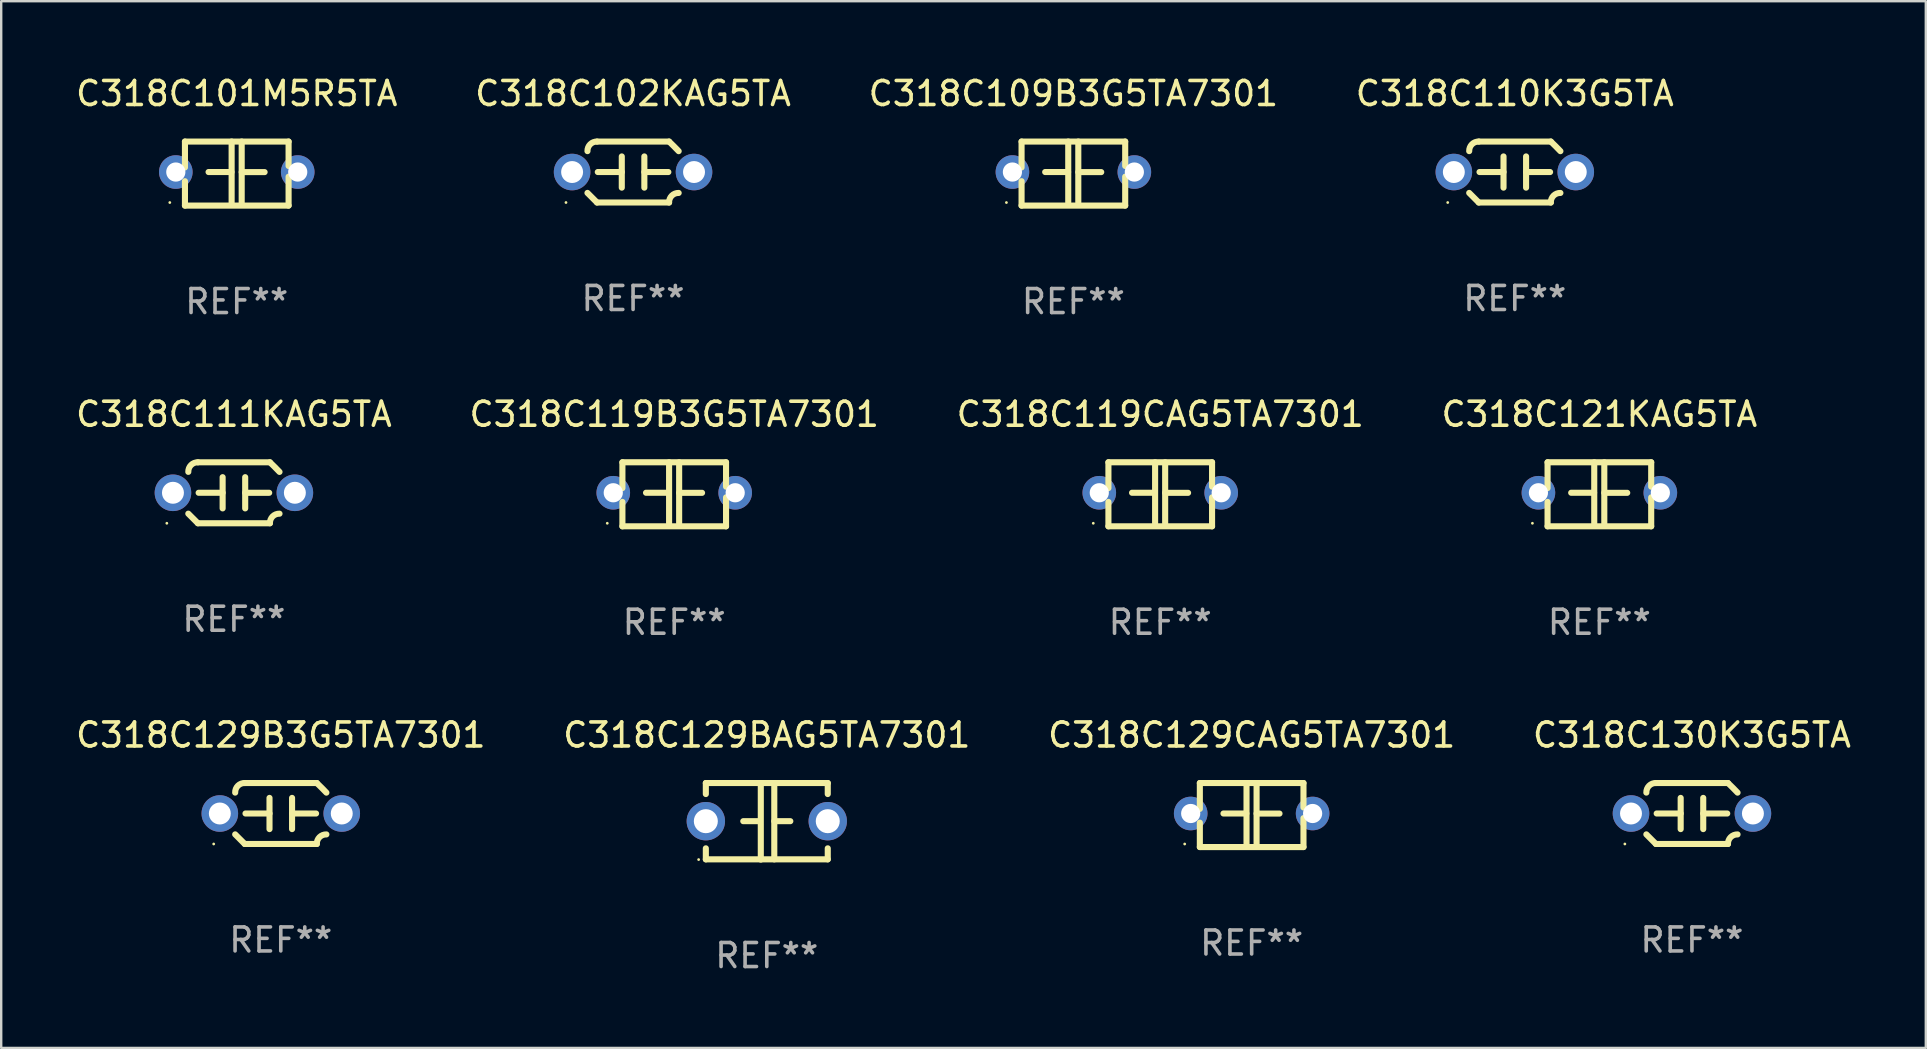
<source format=kicad_pcb>
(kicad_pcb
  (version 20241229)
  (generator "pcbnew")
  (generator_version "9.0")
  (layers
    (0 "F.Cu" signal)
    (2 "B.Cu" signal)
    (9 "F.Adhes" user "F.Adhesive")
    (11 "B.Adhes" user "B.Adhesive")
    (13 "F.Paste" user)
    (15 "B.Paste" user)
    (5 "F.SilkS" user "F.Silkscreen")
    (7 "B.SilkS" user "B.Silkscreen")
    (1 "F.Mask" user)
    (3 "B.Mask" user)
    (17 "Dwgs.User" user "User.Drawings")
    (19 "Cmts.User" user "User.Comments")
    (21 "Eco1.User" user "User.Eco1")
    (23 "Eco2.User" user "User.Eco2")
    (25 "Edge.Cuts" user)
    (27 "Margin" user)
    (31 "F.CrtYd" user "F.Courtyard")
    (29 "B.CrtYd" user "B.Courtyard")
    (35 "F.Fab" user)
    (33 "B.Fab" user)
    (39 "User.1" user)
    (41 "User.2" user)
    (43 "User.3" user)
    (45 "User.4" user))
  (footprint "C318C119B3G5TA7301"
    (layer "F.Cu")
    (at 25.042 17.545)
    (property "Reference" "C318C119B3G5TA7301" (at 0 -3.334 0) (layer "F.SilkS") (effects (font (size 1 1) (thickness 0.15))))
    (attr through_hole)
    (fp_line (start -2.159 -1.334) (end 2.159 -1.334) (stroke (width 0.254) (type solid)) (layer "F.SilkS"))
    (fp_line (start -2.159 -0.256) (end -2.159 -1.334) (stroke (width 0.254) (type solid)) (layer "F.SilkS"))
    (fp_line (start -2.159 1.334) (end -2.159 0.318) (stroke (width 0.254) (type solid)) (layer "F.SilkS"))
    (fp_line (start -0.22 -0.064) (end -1.175 -0.064) (stroke (width 0.254) (type solid)) (layer "F.SilkS"))
    (fp_line (start -0.214 -1.334) (end -0.214 1.207) (stroke (width 0.254) (type solid)) (layer "F.SilkS"))
    (fp_line (start 0.205 -1.334) (end 0.205 1.207) (stroke (width 0.254) (type solid)) (layer "F.SilkS"))
    (fp_line (start 0.205 -0.061) (end 1.16 -0.061) (stroke (width 0.254) (type solid)) (layer "F.SilkS"))
    (fp_line (start 2.159 -1.334) (end 2.159 -0.318) (stroke (width 0.254) (type solid)) (layer "F.SilkS"))
    (fp_line (start 2.159 0.129) (end 2.159 1.334) (stroke (width 0.254) (type solid)) (layer "F.SilkS"))
    (fp_line (start 2.159 1.334) (end -2.159 1.334) (stroke (width 0.254) (type solid)) (layer "F.SilkS"))
    (fp_circle (center -2.79 1.207) (end -2.76 1.207) (stroke (width 0.06) (type solid)) (fill no) (layer "F.SilkS"))
    (fp_text user "REF**" (at 0 5.334 0) (layer "F.Fab") (effects (font (size 1 1) (thickness 0.15))))
    (pad "1" thru_hole circle (at -2.54 -0.064) (size 1.4 1.4) (drill 0.8) (layers "*.Cu" "*.Mask"))
    (pad "2" thru_hole circle (at 2.54 -0.064) (size 1.4 1.4) (drill 0.8) (layers "*.Cu" "*.Mask")))
  (footprint "C318C121KAG5TA"
    (layer "F.Cu")
    (at 63.589 17.545)
    (property "Reference" "C318C121KAG5TA" (at 0 -3.334 0) (layer "F.SilkS") (effects (font (size 1 1) (thickness 0.15))))
    (attr through_hole)
    (fp_line (start -2.159 -1.334) (end 2.159 -1.334) (stroke (width 0.254) (type solid)) (layer "F.SilkS"))
    (fp_line (start -2.159 -0.256) (end -2.159 -1.334) (stroke (width 0.254) (type solid)) (layer "F.SilkS"))
    (fp_line (start -2.159 1.334) (end -2.159 0.318) (stroke (width 0.254) (type solid)) (layer "F.SilkS"))
    (fp_line (start -0.22 -0.064) (end -1.175 -0.064) (stroke (width 0.254) (type solid)) (layer "F.SilkS"))
    (fp_line (start -0.214 -1.334) (end -0.214 1.207) (stroke (width 0.254) (type solid)) (layer "F.SilkS"))
    (fp_line (start 0.205 -1.334) (end 0.205 1.207) (stroke (width 0.254) (type solid)) (layer "F.SilkS"))
    (fp_line (start 0.205 -0.061) (end 1.16 -0.061) (stroke (width 0.254) (type solid)) (layer "F.SilkS"))
    (fp_line (start 2.159 -1.334) (end 2.159 -0.318) (stroke (width 0.254) (type solid)) (layer "F.SilkS"))
    (fp_line (start 2.159 0.129) (end 2.159 1.334) (stroke (width 0.254) (type solid)) (layer "F.SilkS"))
    (fp_line (start 2.159 1.334) (end -2.159 1.334) (stroke (width 0.254) (type solid)) (layer "F.SilkS"))
    (fp_circle (center -2.79 1.207) (end -2.76 1.207) (stroke (width 0.06) (type solid)) (fill no) (layer "F.SilkS"))
    (fp_text user "REF**" (at 0 5.334 0) (layer "F.Fab") (effects (font (size 1 1) (thickness 0.15))))
    (pad "1" thru_hole circle (at -2.54 -0.064) (size 1.4 1.4) (drill 0.8) (layers "*.Cu" "*.Mask"))
    (pad "2" thru_hole circle (at 2.54 -0.064) (size 1.4 1.4) (drill 0.8) (layers "*.Cu" "*.Mask")))
  (footprint "C318C101M5R5TA"
    (layer "F.Cu")
    (at 6.815 4.182)
    (property "Reference" "C318C101M5R5TA" (at 0 -3.334 0) (layer "F.SilkS") (effects (font (size 1 1) (thickness 0.15))))
    (attr through_hole)
    (fp_line (start -2.159 -1.334) (end 2.159 -1.334) (stroke (width 0.254) (type solid)) (layer "F.SilkS"))
    (fp_line (start -2.159 -0.256) (end -2.159 -1.334) (stroke (width 0.254) (type solid)) (layer "F.SilkS"))
    (fp_line (start -2.159 1.334) (end -2.159 0.318) (stroke (width 0.254) (type solid)) (layer "F.SilkS"))
    (fp_line (start -0.22 -0.064) (end -1.175 -0.064) (stroke (width 0.254) (type solid)) (layer "F.SilkS"))
    (fp_line (start -0.214 -1.334) (end -0.214 1.207) (stroke (width 0.254) (type solid)) (layer "F.SilkS"))
    (fp_line (start 0.205 -1.334) (end 0.205 1.207) (stroke (width 0.254) (type solid)) (layer "F.SilkS"))
    (fp_line (start 0.205 -0.061) (end 1.16 -0.061) (stroke (width 0.254) (type solid)) (layer "F.SilkS"))
    (fp_line (start 2.159 -1.334) (end 2.159 -0.318) (stroke (width 0.254) (type solid)) (layer "F.SilkS"))
    (fp_line (start 2.159 0.129) (end 2.159 1.334) (stroke (width 0.254) (type solid)) (layer "F.SilkS"))
    (fp_line (start 2.159 1.334) (end -2.159 1.334) (stroke (width 0.254) (type solid)) (layer "F.SilkS"))
    (fp_circle (center -2.79 1.207) (end -2.76 1.207) (stroke (width 0.06) (type solid)) (fill no) (layer "F.SilkS"))
    (fp_text user "REF**" (at 0 5.334 0) (layer "F.Fab") (effects (font (size 1 1) (thickness 0.15))))
    (pad "1" thru_hole circle (at -2.54 -0.064) (size 1.4 1.4) (drill 0.8) (layers "*.Cu" "*.Mask"))
    (pad "2" thru_hole circle (at 2.54 -0.064) (size 1.4 1.4) (drill 0.8) (layers "*.Cu" "*.Mask")))
  (footprint "C318C129CAG5TA7301"
    (layer "F.Cu")
    (at 49.101 30.909)
    (property "Reference" "C318C129CAG5TA7301" (at 0 -3.334 0) (layer "F.SilkS") (effects (font (size 1 1) (thickness 0.15))))
    (attr through_hole)
    (fp_line (start -2.159 -1.334) (end 2.159 -1.334) (stroke (width 0.254) (type solid)) (layer "F.SilkS"))
    (fp_line (start -2.159 -0.256) (end -2.159 -1.334) (stroke (width 0.254) (type solid)) (layer "F.SilkS"))
    (fp_line (start -2.159 1.334) (end -2.159 0.318) (stroke (width 0.254) (type solid)) (layer "F.SilkS"))
    (fp_line (start -0.22 -0.064) (end -1.175 -0.064) (stroke (width 0.254) (type solid)) (layer "F.SilkS"))
    (fp_line (start -0.214 -1.334) (end -0.214 1.207) (stroke (width 0.254) (type solid)) (layer "F.SilkS"))
    (fp_line (start 0.205 -1.334) (end 0.205 1.207) (stroke (width 0.254) (type solid)) (layer "F.SilkS"))
    (fp_line (start 0.205 -0.061) (end 1.16 -0.061) (stroke (width 0.254) (type solid)) (layer "F.SilkS"))
    (fp_line (start 2.159 -1.334) (end 2.159 -0.318) (stroke (width 0.254) (type solid)) (layer "F.SilkS"))
    (fp_line (start 2.159 0.129) (end 2.159 1.334) (stroke (width 0.254) (type solid)) (layer "F.SilkS"))
    (fp_line (start 2.159 1.334) (end -2.159 1.334) (stroke (width 0.254) (type solid)) (layer "F.SilkS"))
    (fp_circle (center -2.79 1.207) (end -2.76 1.207) (stroke (width 0.06) (type solid)) (fill no) (layer "F.SilkS"))
    (fp_text user "REF**" (at 0 5.334 0) (layer "F.Fab") (effects (font (size 1 1) (thickness 0.15))))
    (pad "1" thru_hole circle (at -2.54 -0.064) (size 1.4 1.4) (drill 0.8) (layers "*.Cu" "*.Mask"))
    (pad "2" thru_hole circle (at 2.54 -0.064) (size 1.4 1.4) (drill 0.8) (layers "*.Cu" "*.Mask")))
  (footprint "C318C110K3G5TA"
    (layer "F.Cu")
    (at 60.065 4.118)
    (property "Reference" "C318C110K3G5TA" (at 0 -3.27 0) (layer "F.SilkS") (effects (font (size 1 1) (thickness 0.15))))
    (attr through_hole)
    (fp_line (start -1.5 -1.27) (end 1.5 -1.27) (stroke (width 0.254) (type solid)) (layer "F.SilkS"))
    (fp_line (start -0.47 -0.65) (end -0.47 0.65) (stroke (width 0.254) (type solid)) (layer "F.SilkS"))
    (fp_line (start -0.47 -0.000381) (end -1.47 -0.000381) (stroke (width 0.254) (type solid)) (layer "F.SilkS"))
    (fp_line (start 0.47 0.000356) (end 1.47 0.000356) (stroke (width 0.254) (type solid)) (layer "F.SilkS"))
    (fp_line (start 0.47 0.65) (end 0.47 -0.65) (stroke (width 0.254) (type solid)) (layer "F.SilkS"))
    (fp_line (start 1.5 1.27) (end -1.5 1.27) (stroke (width 0.254) (type solid)) (layer "F.SilkS"))
    (fp_arc (start -1.899924 -0.871221) (mid -1.78599 -1.156887) (end -1.5 -1.270003) (stroke (width 0.254001) (type solid)) (layer "F.SilkS"))
    (fp_arc (start -1.501217 1.269929) (mid -1.700682 1.070039) (end -1.9 0.870003) (stroke (width 0.254001) (type solid)) (layer "F.SilkS"))
    (fp_arc (start 1.5 1.270003) (mid 1.614112 0.984517) (end 1.899923 0.871222) (stroke (width 0.254001) (type solid)) (layer "F.SilkS"))
    (fp_arc (start 1.501219 -1.269927) (mid 1.70319 -1.072538) (end 1.9 -0.870003) (stroke (width 0.254001) (type solid)) (layer "F.SilkS"))
    (fp_circle (center -2.795 1.27) (end -2.765 1.27) (stroke (width 0.06) (type solid)) (fill no) (layer "F.SilkS"))
    (fp_text user "REF**" (at 0 5.27 0) (layer "F.Fab") (effects (font (size 1 1) (thickness 0.15))))
    (pad "1" thru_hole circle (at -2.54 0) (size 1.524 1.524) (drill 0.914) (layers "*.Cu" "*.Mask"))
    (pad "2" thru_hole circle (at 2.54 0) (size 1.524 1.524) (drill 0.914) (layers "*.Cu" "*.Mask")))
  (footprint "C318C109B3G5TA7301"
    (layer "F.Cu")
    (at 41.673 4.182)
    (property "Reference" "C318C109B3G5TA7301" (at 0 -3.334 0) (layer "F.SilkS") (effects (font (size 1 1) (thickness 0.15))))
    (attr through_hole)
    (fp_line (start -2.159 -1.334) (end 2.159 -1.334) (stroke (width 0.254) (type solid)) (layer "F.SilkS"))
    (fp_line (start -2.159 -0.256) (end -2.159 -1.334) (stroke (width 0.254) (type solid)) (layer "F.SilkS"))
    (fp_line (start -2.159 1.334) (end -2.159 0.318) (stroke (width 0.254) (type solid)) (layer "F.SilkS"))
    (fp_line (start -0.22 -0.064) (end -1.175 -0.064) (stroke (width 0.254) (type solid)) (layer "F.SilkS"))
    (fp_line (start -0.214 -1.334) (end -0.214 1.207) (stroke (width 0.254) (type solid)) (layer "F.SilkS"))
    (fp_line (start 0.205 -1.334) (end 0.205 1.207) (stroke (width 0.254) (type solid)) (layer "F.SilkS"))
    (fp_line (start 0.205 -0.061) (end 1.16 -0.061) (stroke (width 0.254) (type solid)) (layer "F.SilkS"))
    (fp_line (start 2.159 -1.334) (end 2.159 -0.318) (stroke (width 0.254) (type solid)) (layer "F.SilkS"))
    (fp_line (start 2.159 0.129) (end 2.159 1.334) (stroke (width 0.254) (type solid)) (layer "F.SilkS"))
    (fp_line (start 2.159 1.334) (end -2.159 1.334) (stroke (width 0.254) (type solid)) (layer "F.SilkS"))
    (fp_circle (center -2.79 1.207) (end -2.76 1.207) (stroke (width 0.06) (type solid)) (fill no) (layer "F.SilkS"))
    (fp_text user "REF**" (at 0 5.334 0) (layer "F.Fab") (effects (font (size 1 1) (thickness 0.15))))
    (pad "1" thru_hole circle (at -2.54 -0.064) (size 1.4 1.4) (drill 0.8) (layers "*.Cu" "*.Mask"))
    (pad "2" thru_hole circle (at 2.54 -0.064) (size 1.4 1.4) (drill 0.8) (layers "*.Cu" "*.Mask")))
  (footprint "C318C111KAG5TA"
    (layer "F.Cu")
    (at 6.696 17.482)
    (property "Reference" "C318C111KAG5TA" (at 0 -3.27 0) (layer "F.SilkS") (effects (font (size 1 1) (thickness 0.15))))
    (attr through_hole)
    (fp_line (start -1.5 -1.27) (end 1.5 -1.27) (stroke (width 0.254) (type solid)) (layer "F.SilkS"))
    (fp_line (start -0.47 -0.65) (end -0.47 0.65) (stroke (width 0.254) (type solid)) (layer "F.SilkS"))
    (fp_line (start -0.47 -0.000381) (end -1.47 -0.000381) (stroke (width 0.254) (type solid)) (layer "F.SilkS"))
    (fp_line (start 0.47 0.000356) (end 1.47 0.000356) (stroke (width 0.254) (type solid)) (layer "F.SilkS"))
    (fp_line (start 0.47 0.65) (end 0.47 -0.65) (stroke (width 0.254) (type solid)) (layer "F.SilkS"))
    (fp_line (start 1.5 1.27) (end -1.5 1.27) (stroke (width 0.254) (type solid)) (layer "F.SilkS"))
    (fp_arc (start -1.899924 -0.871221) (mid -1.78599 -1.156887) (end -1.5 -1.270003) (stroke (width 0.254001) (type solid)) (layer "F.SilkS"))
    (fp_arc (start -1.501217 1.269929) (mid -1.700682 1.070039) (end -1.9 0.870003) (stroke (width 0.254001) (type solid)) (layer "F.SilkS"))
    (fp_arc (start 1.5 1.270003) (mid 1.614112 0.984517) (end 1.899923 0.871222) (stroke (width 0.254001) (type solid)) (layer "F.SilkS"))
    (fp_arc (start 1.501219 -1.269927) (mid 1.70319 -1.072538) (end 1.9 -0.870003) (stroke (width 0.254001) (type solid)) (layer "F.SilkS"))
    (fp_circle (center -2.795 1.27) (end -2.765 1.27) (stroke (width 0.06) (type solid)) (fill no) (layer "F.SilkS"))
    (fp_text user "REF**" (at 0 5.27 0) (layer "F.Fab") (effects (font (size 1 1) (thickness 0.15))))
    (pad "1" thru_hole circle (at -2.54 0) (size 1.524 1.524) (drill 0.914) (layers "*.Cu" "*.Mask"))
    (pad "2" thru_hole circle (at 2.54 0) (size 1.524 1.524) (drill 0.914) (layers "*.Cu" "*.Mask")))
  (footprint "C318C119CAG5TA7301"
    (layer "F.Cu")
    (at 45.292 17.545)
    (property "Reference" "C318C119CAG5TA7301" (at 0 -3.334 0) (layer "F.SilkS") (effects (font (size 1 1) (thickness 0.15))))
    (attr through_hole)
    (fp_line (start -2.159 -1.334) (end 2.159 -1.334) (stroke (width 0.254) (type solid)) (layer "F.SilkS"))
    (fp_line (start -2.159 -0.256) (end -2.159 -1.334) (stroke (width 0.254) (type solid)) (layer "F.SilkS"))
    (fp_line (start -2.159 1.334) (end -2.159 0.318) (stroke (width 0.254) (type solid)) (layer "F.SilkS"))
    (fp_line (start -0.22 -0.064) (end -1.175 -0.064) (stroke (width 0.254) (type solid)) (layer "F.SilkS"))
    (fp_line (start -0.214 -1.334) (end -0.214 1.207) (stroke (width 0.254) (type solid)) (layer "F.SilkS"))
    (fp_line (start 0.205 -1.334) (end 0.205 1.207) (stroke (width 0.254) (type solid)) (layer "F.SilkS"))
    (fp_line (start 0.205 -0.061) (end 1.16 -0.061) (stroke (width 0.254) (type solid)) (layer "F.SilkS"))
    (fp_line (start 2.159 -1.334) (end 2.159 -0.318) (stroke (width 0.254) (type solid)) (layer "F.SilkS"))
    (fp_line (start 2.159 0.129) (end 2.159 1.334) (stroke (width 0.254) (type solid)) (layer "F.SilkS"))
    (fp_line (start 2.159 1.334) (end -2.159 1.334) (stroke (width 0.254) (type solid)) (layer "F.SilkS"))
    (fp_circle (center -2.79 1.207) (end -2.76 1.207) (stroke (width 0.06) (type solid)) (fill no) (layer "F.SilkS"))
    (fp_text user "REF**" (at 0 5.334 0) (layer "F.Fab") (effects (font (size 1 1) (thickness 0.15))))
    (pad "1" thru_hole circle (at -2.54 -0.064) (size 1.4 1.4) (drill 0.8) (layers "*.Cu" "*.Mask"))
    (pad "2" thru_hole circle (at 2.54 -0.064) (size 1.4 1.4) (drill 0.8) (layers "*.Cu" "*.Mask")))
  (footprint "C318C129B3G5TA7301"
    (layer "F.Cu")
    (at 8.649 30.845)
    (property "Reference" "C318C129B3G5TA7301" (at 0 -3.27 0) (layer "F.SilkS") (effects (font (size 1 1) (thickness 0.15))))
    (attr through_hole)
    (fp_line (start -1.5 -1.27) (end 1.5 -1.27) (stroke (width 0.254) (type solid)) (layer "F.SilkS"))
    (fp_line (start -0.47 -0.65) (end -0.47 0.65) (stroke (width 0.254) (type solid)) (layer "F.SilkS"))
    (fp_line (start -0.47 -0.000381) (end -1.47 -0.000381) (stroke (width 0.254) (type solid)) (layer "F.SilkS"))
    (fp_line (start 0.47 0.000356) (end 1.47 0.000356) (stroke (width 0.254) (type solid)) (layer "F.SilkS"))
    (fp_line (start 0.47 0.65) (end 0.47 -0.65) (stroke (width 0.254) (type solid)) (layer "F.SilkS"))
    (fp_line (start 1.5 1.27) (end -1.5 1.27) (stroke (width 0.254) (type solid)) (layer "F.SilkS"))
    (fp_arc (start -1.899924 -0.871221) (mid -1.78599 -1.156887) (end -1.5 -1.270003) (stroke (width 0.254001) (type solid)) (layer "F.SilkS"))
    (fp_arc (start -1.501217 1.269929) (mid -1.700682 1.070039) (end -1.9 0.870003) (stroke (width 0.254001) (type solid)) (layer "F.SilkS"))
    (fp_arc (start 1.5 1.270003) (mid 1.614112 0.984517) (end 1.899923 0.871222) (stroke (width 0.254001) (type solid)) (layer "F.SilkS"))
    (fp_arc (start 1.501219 -1.269927) (mid 1.70319 -1.072538) (end 1.9 -0.870003) (stroke (width 0.254001) (type solid)) (layer "F.SilkS"))
    (fp_circle (center -2.795 1.27) (end -2.765 1.27) (stroke (width 0.06) (type solid)) (fill no) (layer "F.SilkS"))
    (fp_text user "REF**" (at 0 5.27 0) (layer "F.Fab") (effects (font (size 1 1) (thickness 0.15))))
    (pad "1" thru_hole circle (at -2.54 0) (size 1.524 1.524) (drill 0.914) (layers "*.Cu" "*.Mask"))
    (pad "2" thru_hole circle (at 2.54 0) (size 1.524 1.524) (drill 0.914) (layers "*.Cu" "*.Mask")))
  (footprint "C318C129BAG5TA7301"
    (layer "F.Cu")
    (at 28.899 31.17)
    (property "Reference" "C318C129BAG5TA7301" (at 0 -3.595 0) (layer "F.SilkS") (effects (font (size 1 1) (thickness 0.15))))
    (attr through_hole)
    (fp_line (start -2.54 -1.595) (end -2.54 -1.136) (stroke (width 0.254) (type solid)) (layer "F.SilkS"))
    (fp_line (start -2.54 -1.595) (end 2.54 -1.595) (stroke (width 0.254) (type solid)) (layer "F.SilkS"))
    (fp_line (start -2.54 1.126) (end -2.54 1.585) (stroke (width 0.254) (type solid)) (layer "F.SilkS"))
    (fp_line (start -0.312 -0.005) (end -0.98 -0.005) (stroke (width 0.254) (type solid)) (layer "F.SilkS"))
    (fp_line (start -0.25 -1.585) (end -0.25 1.595) (stroke (width 0.254) (type solid)) (layer "F.SilkS"))
    (fp_line (start 0.312 -1.595) (end 0.312 1.585) (stroke (width 0.254) (type solid)) (layer "F.SilkS"))
    (fp_line (start 0.312 -0.005) (end 0.98 -0.005) (stroke (width 0.254) (type solid)) (layer "F.SilkS"))
    (fp_line (start 2.54 -1.595) (end 2.54 -1.136) (stroke (width 0.254) (type solid)) (layer "F.SilkS"))
    (fp_line (start 2.54 1.126) (end 2.54 1.585) (stroke (width 0.254) (type solid)) (layer "F.SilkS"))
    (fp_line (start 2.54 1.585) (end -2.54 1.585) (stroke (width 0.254) (type solid)) (layer "F.SilkS"))
    (fp_circle (center -2.84 1.595) (end -2.81 1.595) (stroke (width 0.06) (type solid)) (fill no) (layer "F.SilkS"))
    (fp_text user "REF**" (at 0 5.595 0) (layer "F.Fab") (effects (font (size 1 1) (thickness 0.15))))
    (pad "1" thru_hole circle (at -2.54 -0.005) (size 1.6 1.6) (drill 1) (layers "*.Cu" "*.Mask"))
    (pad "2" thru_hole circle (at 2.54 -0.005) (size 1.6 1.6) (drill 1) (layers "*.Cu" "*.Mask")))
  (footprint "C318C102KAG5TA"
    (layer "F.Cu")
    (at 23.327 4.118)
    (property "Reference" "C318C102KAG5TA" (at 0 -3.27 0) (layer "F.SilkS") (effects (font (size 1 1) (thickness 0.15))))
    (attr through_hole)
    (fp_line (start -1.5 -1.27) (end 1.5 -1.27) (stroke (width 0.254) (type solid)) (layer "F.SilkS"))
    (fp_line (start -0.47 -0.65) (end -0.47 0.65) (stroke (width 0.254) (type solid)) (layer "F.SilkS"))
    (fp_line (start -0.47 -0.000381) (end -1.47 -0.000381) (stroke (width 0.254) (type solid)) (layer "F.SilkS"))
    (fp_line (start 0.47 0.000356) (end 1.47 0.000356) (stroke (width 0.254) (type solid)) (layer "F.SilkS"))
    (fp_line (start 0.47 0.65) (end 0.47 -0.65) (stroke (width 0.254) (type solid)) (layer "F.SilkS"))
    (fp_line (start 1.5 1.27) (end -1.5 1.27) (stroke (width 0.254) (type solid)) (layer "F.SilkS"))
    (fp_arc (start -1.899924 -0.871221) (mid -1.78599 -1.156887) (end -1.5 -1.270003) (stroke (width 0.254001) (type solid)) (layer "F.SilkS"))
    (fp_arc (start -1.501217 1.269929) (mid -1.700682 1.070039) (end -1.9 0.870003) (stroke (width 0.254001) (type solid)) (layer "F.SilkS"))
    (fp_arc (start 1.5 1.270003) (mid 1.614112 0.984517) (end 1.899923 0.871222) (stroke (width 0.254001) (type solid)) (layer "F.SilkS"))
    (fp_arc (start 1.501219 -1.269927) (mid 1.70319 -1.072538) (end 1.9 -0.870003) (stroke (width 0.254001) (type solid)) (layer "F.SilkS"))
    (fp_circle (center -2.795 1.27) (end -2.765 1.27) (stroke (width 0.06) (type solid)) (fill no) (layer "F.SilkS"))
    (fp_text user "REF**" (at 0 5.27 0) (layer "F.Fab") (effects (font (size 1 1) (thickness 0.15))))
    (pad "1" thru_hole circle (at -2.54 0) (size 1.524 1.524) (drill 0.914) (layers "*.Cu" "*.Mask"))
    (pad "2" thru_hole circle (at 2.54 0) (size 1.524 1.524) (drill 0.914) (layers "*.Cu" "*.Mask")))
  (footprint "C318C130K3G5TA"
    (layer "F.Cu")
    (at 67.446 30.845)
    (property "Reference" "C318C130K3G5TA" (at 0 -3.27 0) (layer "F.SilkS") (effects (font (size 1 1) (thickness 0.15))))
    (attr through_hole)
    (fp_line (start -1.5 -1.27) (end 1.5 -1.27) (stroke (width 0.254) (type solid)) (layer "F.SilkS"))
    (fp_line (start -0.47 -0.65) (end -0.47 0.65) (stroke (width 0.254) (type solid)) (layer "F.SilkS"))
    (fp_line (start -0.47 -0.000381) (end -1.47 -0.000381) (stroke (width 0.254) (type solid)) (layer "F.SilkS"))
    (fp_line (start 0.47 0.000356) (end 1.47 0.000356) (stroke (width 0.254) (type solid)) (layer "F.SilkS"))
    (fp_line (start 0.47 0.65) (end 0.47 -0.65) (stroke (width 0.254) (type solid)) (layer "F.SilkS"))
    (fp_line (start 1.5 1.27) (end -1.5 1.27) (stroke (width 0.254) (type solid)) (layer "F.SilkS"))
    (fp_arc (start -1.899924 -0.871221) (mid -1.78599 -1.156887) (end -1.5 -1.270003) (stroke (width 0.254001) (type solid)) (layer "F.SilkS"))
    (fp_arc (start -1.501217 1.269929) (mid -1.700682 1.070039) (end -1.9 0.870003) (stroke (width 0.254001) (type solid)) (layer "F.SilkS"))
    (fp_arc (start 1.5 1.270003) (mid 1.614112 0.984517) (end 1.899923 0.871222) (stroke (width 0.254001) (type solid)) (layer "F.SilkS"))
    (fp_arc (start 1.501219 -1.269927) (mid 1.70319 -1.072538) (end 1.9 -0.870003) (stroke (width 0.254001) (type solid)) (layer "F.SilkS"))
    (fp_circle (center -2.795 1.27) (end -2.765 1.27) (stroke (width 0.06) (type solid)) (fill no) (layer "F.SilkS"))
    (fp_text user "REF**" (at 0 5.27 0) (layer "F.Fab") (effects (font (size 1 1) (thickness 0.15))))
    (pad "1" thru_hole circle (at -2.54 0) (size 1.524 1.524) (drill 0.914) (layers "*.Cu" "*.Mask"))
    (pad "2" thru_hole circle (at 2.54 0) (size 1.524 1.524) (drill 0.914) (layers "*.Cu" "*.Mask")))
  (gr_rect
    (start -3 -3)
    (end 77.19 40.613)
    (stroke (width 0.1) (type default))
    (fill no)
    (layer "Edge.Cuts")))
</source>
